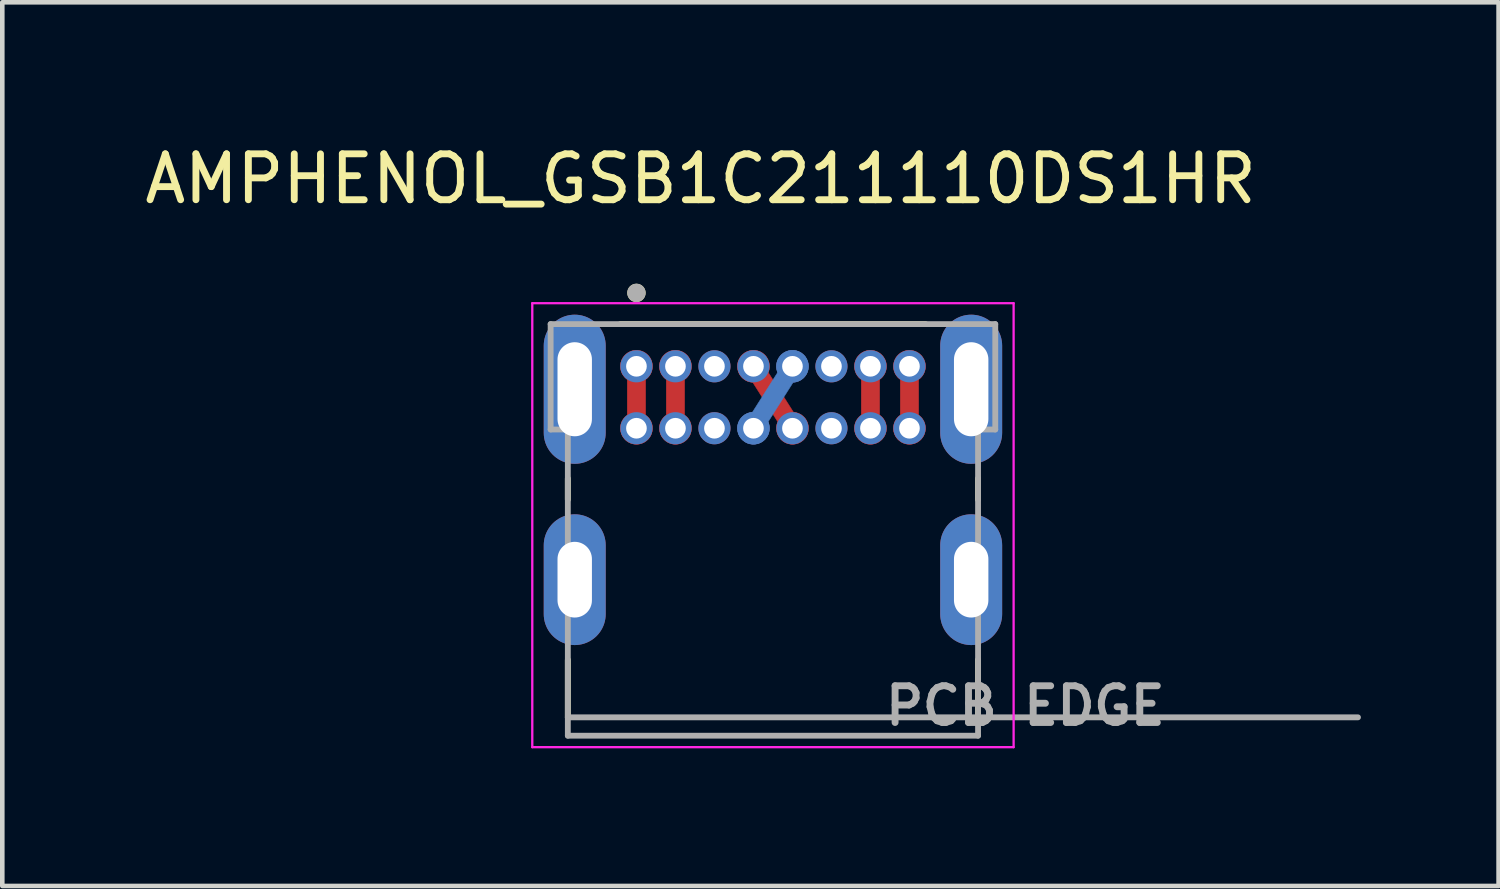
<source format=kicad_pcb>
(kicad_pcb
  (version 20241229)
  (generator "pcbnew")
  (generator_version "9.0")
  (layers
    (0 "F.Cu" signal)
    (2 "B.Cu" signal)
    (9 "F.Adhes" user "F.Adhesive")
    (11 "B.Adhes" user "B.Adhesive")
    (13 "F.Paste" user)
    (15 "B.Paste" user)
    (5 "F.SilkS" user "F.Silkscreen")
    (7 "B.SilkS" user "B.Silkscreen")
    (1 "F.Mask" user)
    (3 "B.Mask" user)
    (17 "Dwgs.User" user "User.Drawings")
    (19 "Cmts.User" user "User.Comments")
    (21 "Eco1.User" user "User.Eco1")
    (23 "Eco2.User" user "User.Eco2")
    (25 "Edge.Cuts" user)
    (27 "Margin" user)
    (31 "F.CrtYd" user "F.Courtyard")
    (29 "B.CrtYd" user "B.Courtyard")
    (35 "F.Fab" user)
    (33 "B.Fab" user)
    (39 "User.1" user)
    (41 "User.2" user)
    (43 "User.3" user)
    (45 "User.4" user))
  (footprint "AMPHENOL_GSB1C211110DS1HR"
    (layer "F.Cu")
    (at 13.795 8.983)
    (property "Reference" "AMPHENOL_GSB1C211110DS1HR" (at -1.575 -8.135 0) (layer "F.SilkS") (effects (font (size 1 1) (thickness 0.15))))
    (attr through_hole)
    (fp_poly (pts (xy -3.175 -3.763) (xy -3.175 -2.987) (xy -3.221 -2.949) (xy -3.259 -2.904) (xy -3.29 -2.853) (xy -3.311 -2.798) (xy -3.323 -2.741) (xy -3.325 -2.682) (xy -3.316 -2.623) (xy -3.299 -2.567) (xy -3.272 -2.515) (xy -3.236 -2.467) (xy -3.194 -2.427) (xy -3.145 -2.394) (xy -3.091 -2.37) (xy -3.034 -2.355) (xy -2.975 -2.35) (xy -2.916 -2.355) (xy -2.859 -2.37) (xy -2.805 -2.394) (xy -2.756 -2.427) (xy -2.714 -2.467) (xy -2.678 -2.515) (xy -2.651 -2.567) (xy -2.634 -2.623) (xy -2.625 -2.682) (xy -2.627 -2.741) (xy -2.639 -2.798) (xy -2.66 -2.853) (xy -2.691 -2.904) (xy -2.729 -2.949) (xy -2.775 -2.987) (xy -2.775 -3.763) (xy -2.729 -3.801) (xy -2.691 -3.846) (xy -2.66 -3.897) (xy -2.639 -3.952) (xy -2.627 -4.009) (xy -2.625 -4.068) (xy -2.634 -4.127) (xy -2.651 -4.183) (xy -2.678 -4.235) (xy -2.714 -4.283) (xy -2.756 -4.323) (xy -2.805 -4.356) (xy -2.859 -4.38) (xy -2.916 -4.395) (xy -2.975 -4.4) (xy -3.034 -4.395) (xy -3.091 -4.38) (xy -3.145 -4.356) (xy -3.194 -4.323) (xy -3.236 -4.283) (xy -3.272 -4.235) (xy -3.299 -4.183) (xy -3.316 -4.127) (xy -3.325 -4.068) (xy -3.323 -4.009) (xy -3.311 -3.952) (xy -3.29 -3.897) (xy -3.259 -3.846) (xy -3.221 -3.801) (xy -3.175 -3.763) (xy -3.175 -3.763)) (stroke (width 0.01) (type solid)) (fill yes) (layer "F.Cu"))
    (fp_poly (pts (xy -1.925 -2.987) (xy -1.879 -2.949) (xy -1.841 -2.904) (xy -1.81 -2.853) (xy -1.789 -2.798) (xy -1.777 -2.741) (xy -1.775 -2.682) (xy -1.784 -2.623) (xy -1.801 -2.567) (xy -1.828 -2.515) (xy -1.864 -2.467) (xy -1.906 -2.427) (xy -1.955 -2.394) (xy -2.009 -2.37) (xy -2.066 -2.355) (xy -2.125 -2.35) (xy -2.184 -2.355) (xy -2.241 -2.37) (xy -2.295 -2.394) (xy -2.344 -2.427) (xy -2.386 -2.467) (xy -2.422 -2.515) (xy -2.449 -2.567) (xy -2.466 -2.623) (xy -2.475 -2.682) (xy -2.473 -2.741) (xy -2.461 -2.798) (xy -2.44 -2.853) (xy -2.409 -2.904) (xy -2.371 -2.949) (xy -2.325 -2.987) (xy -2.325 -3.763) (xy -2.371 -3.801) (xy -2.409 -3.846) (xy -2.44 -3.897) (xy -2.461 -3.952) (xy -2.473 -4.009) (xy -2.475 -4.068) (xy -2.466 -4.127) (xy -2.449 -4.183) (xy -2.422 -4.235) (xy -2.386 -4.283) (xy -2.344 -4.323) (xy -2.295 -4.356) (xy -2.241 -4.38) (xy -2.184 -4.395) (xy -2.125 -4.4) (xy -2.066 -4.395) (xy -2.009 -4.38) (xy -1.955 -4.356) (xy -1.906 -4.323) (xy -1.864 -4.283) (xy -1.828 -4.235) (xy -1.801 -4.183) (xy -1.784 -4.127) (xy -1.775 -4.068) (xy -1.777 -4.009) (xy -1.789 -3.952) (xy -1.81 -3.897) (xy -1.841 -3.846) (xy -1.879 -3.801) (xy -1.925 -3.763) (xy -1.925 -2.987) (xy -1.925 -2.987)) (stroke (width 0.01) (type solid)) (fill yes) (layer "F.Cu"))
    (fp_poly (pts (xy 0.105 -2.841) (xy -0.44 -3.7) (xy -0.496 -3.707) (xy -0.553 -3.724) (xy -0.606 -3.75) (xy -0.654 -3.785) (xy -0.695 -3.827) (xy -0.729 -3.876) (xy -0.754 -3.929) (xy -0.77 -3.987) (xy -0.775 -4.046) (xy -0.771 -4.105) (xy -0.757 -4.162) (xy -0.733 -4.216) (xy -0.701 -4.266) (xy -0.66 -4.309) (xy -0.613 -4.345) (xy -0.561 -4.373) (xy -0.505 -4.391) (xy -0.446 -4.399) (xy -0.387 -4.398) (xy -0.329 -4.386) (xy -0.273 -4.365) (xy -0.222 -4.335) (xy -0.177 -4.297) (xy -0.139 -4.252) (xy -0.109 -4.201) (xy -0.088 -4.145) (xy -0.077 -4.087) (xy -0.076 -4.028) (xy -0.084 -3.969) (xy -0.102 -3.915) (xy 0.447 -3.05) (xy 0.502 -3.042) (xy 0.559 -3.024) (xy 0.612 -2.997) (xy 0.659 -2.961) (xy 0.7 -2.918) (xy 0.732 -2.869) (xy 0.756 -2.815) (xy 0.771 -2.758) (xy 0.776 -2.699) (xy 0.77 -2.64) (xy 0.755 -2.582) (xy 0.731 -2.528) (xy 0.697 -2.479) (xy 0.656 -2.437) (xy 0.608 -2.402) (xy 0.556 -2.375) (xy 0.499 -2.358) (xy 0.44 -2.35) (xy 0.381 -2.353) (xy 0.323 -2.365) (xy 0.268 -2.387) (xy 0.218 -2.418) (xy 0.173 -2.457) (xy 0.136 -2.503) (xy 0.107 -2.555) (xy 0.087 -2.611) (xy 0.077 -2.669) (xy 0.076 -2.728) (xy 0.086 -2.787) (xy 0.105 -2.841) (xy 0.105 -2.841)) (stroke (width 0.01) (type solid)) (fill yes) (layer "F.Cu"))
    (fp_poly (pts (xy 2.325 -2.987) (xy 2.371 -2.949) (xy 2.409 -2.904) (xy 2.44 -2.853) (xy 2.461 -2.798) (xy 2.473 -2.741) (xy 2.475 -2.682) (xy 2.466 -2.623) (xy 2.449 -2.567) (xy 2.422 -2.515) (xy 2.386 -2.467) (xy 2.344 -2.427) (xy 2.295 -2.394) (xy 2.241 -2.37) (xy 2.184 -2.355) (xy 2.125 -2.35) (xy 2.066 -2.355) (xy 2.009 -2.37) (xy 1.955 -2.394) (xy 1.906 -2.427) (xy 1.864 -2.467) (xy 1.828 -2.515) (xy 1.801 -2.567) (xy 1.784 -2.623) (xy 1.775 -2.682) (xy 1.777 -2.741) (xy 1.789 -2.798) (xy 1.81 -2.853) (xy 1.841 -2.904) (xy 1.879 -2.949) (xy 1.925 -2.987) (xy 1.925 -3.763) (xy 1.879 -3.801) (xy 1.841 -3.846) (xy 1.81 -3.897) (xy 1.789 -3.952) (xy 1.777 -4.009) (xy 1.775 -4.068) (xy 1.784 -4.127) (xy 1.801 -4.183) (xy 1.828 -4.235) (xy 1.864 -4.283) (xy 1.906 -4.323) (xy 1.955 -4.356) (xy 2.009 -4.38) (xy 2.066 -4.395) (xy 2.125 -4.4) (xy 2.184 -4.395) (xy 2.241 -4.38) (xy 2.295 -4.356) (xy 2.344 -4.323) (xy 2.386 -4.283) (xy 2.422 -4.235) (xy 2.449 -4.183) (xy 2.466 -4.127) (xy 2.475 -4.068) (xy 2.473 -4.009) (xy 2.461 -3.952) (xy 2.44 -3.897) (xy 2.409 -3.846) (xy 2.371 -3.801) (xy 2.325 -3.763) (xy 2.325 -2.987) (xy 2.325 -2.987)) (stroke (width 0.01) (type solid)) (fill yes) (layer "F.Cu"))
    (fp_poly (pts (xy 3.175 -2.987) (xy 3.221 -2.949) (xy 3.259 -2.904) (xy 3.29 -2.853) (xy 3.311 -2.798) (xy 3.323 -2.741) (xy 3.325 -2.682) (xy 3.316 -2.623) (xy 3.299 -2.567) (xy 3.272 -2.515) (xy 3.236 -2.467) (xy 3.194 -2.427) (xy 3.145 -2.394) (xy 3.091 -2.37) (xy 3.034 -2.355) (xy 2.975 -2.35) (xy 2.916 -2.355) (xy 2.859 -2.37) (xy 2.805 -2.394) (xy 2.756 -2.427) (xy 2.714 -2.467) (xy 2.678 -2.515) (xy 2.651 -2.567) (xy 2.634 -2.623) (xy 2.625 -2.682) (xy 2.627 -2.741) (xy 2.639 -2.798) (xy 2.66 -2.853) (xy 2.691 -2.904) (xy 2.729 -2.949) (xy 2.775 -2.987) (xy 2.775 -3.763) (xy 2.729 -3.801) (xy 2.691 -3.846) (xy 2.66 -3.897) (xy 2.639 -3.952) (xy 2.627 -4.009) (xy 2.625 -4.068) (xy 2.634 -4.127) (xy 2.651 -4.183) (xy 2.678 -4.235) (xy 2.714 -4.283) (xy 2.756 -4.323) (xy 2.805 -4.356) (xy 2.859 -4.38) (xy 2.916 -4.395) (xy 2.975 -4.4) (xy 3.034 -4.395) (xy 3.091 -4.38) (xy 3.145 -4.356) (xy 3.194 -4.323) (xy 3.236 -4.283) (xy 3.272 -4.235) (xy 3.299 -4.183) (xy 3.316 -4.127) (xy 3.325 -4.068) (xy 3.323 -4.009) (xy 3.311 -3.952) (xy 3.29 -3.897) (xy 3.259 -3.846) (xy 3.221 -3.801) (xy 3.175 -3.763) (xy 3.175 -2.987) (xy 3.175 -2.987)) (stroke (width 0.01) (type solid)) (fill yes) (layer "F.Cu"))
    (fp_circle (center -2.975 -4.05) (end -2.775 -4.05) (stroke (width 0.4) (type solid)) (fill no) (layer "F.Mask"))
    (fp_circle (center -2.975 -2.7) (end -2.775 -2.7) (stroke (width 0.4) (type solid)) (fill no) (layer "F.Mask"))
    (fp_circle (center -2.125 -4.05) (end -1.925 -4.05) (stroke (width 0.4) (type solid)) (fill no) (layer "F.Mask"))
    (fp_circle (center -2.125 -2.7) (end -1.925 -2.7) (stroke (width 0.4) (type solid)) (fill no) (layer "F.Mask"))
    (fp_circle (center -1.275 -4.05) (end -1.075 -4.05) (stroke (width 0.4) (type solid)) (fill no) (layer "F.Mask"))
    (fp_circle (center -1.275 -2.7) (end -1.075 -2.7) (stroke (width 0.4) (type solid)) (fill no) (layer "F.Mask"))
    (fp_circle (center -0.425 -4.05) (end -0.225 -4.05) (stroke (width 0.4) (type solid)) (fill no) (layer "F.Mask"))
    (fp_circle (center -0.425 -2.7) (end -0.225 -2.7) (stroke (width 0.4) (type solid)) (fill no) (layer "F.Mask"))
    (fp_circle (center 0.425 -4.05) (end 0.625 -4.05) (stroke (width 0.4) (type solid)) (fill no) (layer "F.Mask"))
    (fp_circle (center 0.425 -2.7) (end 0.625 -2.7) (stroke (width 0.4) (type solid)) (fill no) (layer "F.Mask"))
    (fp_circle (center 1.275 -4.05) (end 1.475 -4.05) (stroke (width 0.4) (type solid)) (fill no) (layer "F.Mask"))
    (fp_circle (center 1.275 -2.7) (end 1.475 -2.7) (stroke (width 0.4) (type solid)) (fill no) (layer "F.Mask"))
    (fp_circle (center 2.125 -4.05) (end 2.325 -4.05) (stroke (width 0.4) (type solid)) (fill no) (layer "F.Mask"))
    (fp_circle (center 2.125 -2.7) (end 2.325 -2.7) (stroke (width 0.4) (type solid)) (fill no) (layer "F.Mask"))
    (fp_circle (center 2.975 -4.05) (end 3.175 -4.05) (stroke (width 0.4) (type solid)) (fill no) (layer "F.Mask"))
    (fp_circle (center 2.975 -2.7) (end 3.175 -2.7) (stroke (width 0.4) (type solid)) (fill no) (layer "F.Mask"))
    (fp_poly (pts (xy -0.105 -2.841) (xy 0.44 -3.7) (xy 0.496 -3.707) (xy 0.553 -3.724) (xy 0.606 -3.75) (xy 0.654 -3.785) (xy 0.695 -3.827) (xy 0.729 -3.876) (xy 0.754 -3.929) (xy 0.77 -3.987) (xy 0.775 -4.046) (xy 0.771 -4.105) (xy 0.757 -4.162) (xy 0.733 -4.216) (xy 0.701 -4.266) (xy 0.66 -4.309) (xy 0.613 -4.345) (xy 0.561 -4.373) (xy 0.505 -4.391) (xy 0.446 -4.399) (xy 0.387 -4.398) (xy 0.329 -4.386) (xy 0.273 -4.365) (xy 0.222 -4.335) (xy 0.177 -4.297) (xy 0.139 -4.252) (xy 0.109 -4.201) (xy 0.088 -4.145) (xy 0.077 -4.087) (xy 0.076 -4.028) (xy 0.084 -3.969) (xy 0.102 -3.915) (xy -0.447 -3.05) (xy -0.502 -3.042) (xy -0.559 -3.024) (xy -0.612 -2.997) (xy -0.659 -2.961) (xy -0.7 -2.918) (xy -0.732 -2.869) (xy -0.756 -2.815) (xy -0.771 -2.758) (xy -0.776 -2.699) (xy -0.77 -2.64) (xy -0.755 -2.582) (xy -0.731 -2.528) (xy -0.697 -2.479) (xy -0.656 -2.437) (xy -0.608 -2.402) (xy -0.556 -2.375) (xy -0.499 -2.358) (xy -0.44 -2.35) (xy -0.381 -2.353) (xy -0.323 -2.365) (xy -0.268 -2.387) (xy -0.218 -2.418) (xy -0.173 -2.457) (xy -0.136 -2.503) (xy -0.107 -2.555) (xy -0.087 -2.611) (xy -0.077 -2.669) (xy -0.076 -2.728) (xy -0.086 -2.787) (xy -0.105 -2.841) (xy -0.105 -2.841)) (stroke (width 0.01) (type solid)) (fill yes) (layer "B.Cu"))
    (fp_circle (center -2.975 -4.05) (end -2.775 -4.05) (stroke (width 0.4) (type solid)) (fill no) (layer "B.Mask"))
    (fp_circle (center -2.975 -2.7) (end -2.775 -2.7) (stroke (width 0.4) (type solid)) (fill no) (layer "B.Mask"))
    (fp_circle (center -2.125 -4.05) (end -1.925 -4.05) (stroke (width 0.4) (type solid)) (fill no) (layer "B.Mask"))
    (fp_circle (center -2.125 -2.7) (end -1.925 -2.7) (stroke (width 0.4) (type solid)) (fill no) (layer "B.Mask"))
    (fp_circle (center -1.275 -4.05) (end -1.075 -4.05) (stroke (width 0.4) (type solid)) (fill no) (layer "B.Mask"))
    (fp_circle (center -1.275 -2.7) (end -1.075 -2.7) (stroke (width 0.4) (type solid)) (fill no) (layer "B.Mask"))
    (fp_circle (center -0.425 -4.05) (end -0.225 -4.05) (stroke (width 0.4) (type solid)) (fill no) (layer "B.Mask"))
    (fp_circle (center -0.425 -2.7) (end -0.225 -2.7) (stroke (width 0.4) (type solid)) (fill no) (layer "B.Mask"))
    (fp_circle (center 0.425 -4.05) (end 0.625 -4.05) (stroke (width 0.4) (type solid)) (fill no) (layer "B.Mask"))
    (fp_circle (center 0.425 -2.7) (end 0.625 -2.7) (stroke (width 0.4) (type solid)) (fill no) (layer "B.Mask"))
    (fp_circle (center 1.275 -4.05) (end 1.475 -4.05) (stroke (width 0.4) (type solid)) (fill no) (layer "B.Mask"))
    (fp_circle (center 1.275 -2.7) (end 1.475 -2.7) (stroke (width 0.4) (type solid)) (fill no) (layer "B.Mask"))
    (fp_circle (center 2.125 -4.05) (end 2.325 -4.05) (stroke (width 0.4) (type solid)) (fill no) (layer "B.Mask"))
    (fp_circle (center 2.125 -2.7) (end 2.325 -2.7) (stroke (width 0.4) (type solid)) (fill no) (layer "B.Mask"))
    (fp_circle (center 2.975 -4.05) (end 3.175 -4.05) (stroke (width 0.4) (type solid)) (fill no) (layer "B.Mask"))
    (fp_circle (center 2.975 -2.7) (end 3.175 -2.7) (stroke (width 0.4) (type solid)) (fill no) (layer "B.Mask"))
    (fp_line (start -4.47 -1.145) (end -4.47 -1.605) (stroke (width 0.127) (type solid)) (layer "F.SilkS"))
    (fp_line (start -4.47 3.6) (end -4.47 2.345) (stroke (width 0.127) (type solid)) (layer "F.SilkS"))
    (fp_line (start -3.325 -4.97) (end 3.325 -4.97) (stroke (width 0.127) (type solid)) (layer "F.SilkS"))
    (fp_line (start 4.47 -1.145) (end 4.47 -1.605) (stroke (width 0.127) (type solid)) (layer "F.SilkS"))
    (fp_line (start 4.47 3.6) (end 4.47 2.345) (stroke (width 0.127) (type solid)) (layer "F.SilkS"))
    (fp_circle (center -2.975 -5.65) (end -2.875 -5.65) (stroke (width 0.2) (type solid)) (fill no) (layer "F.SilkS"))
    (fp_line (start -5.245 -5.425) (end 5.245 -5.425) (stroke (width 0.05) (type solid)) (layer "F.CrtYd"))
    (fp_line (start -5.245 4.25) (end -5.245 -5.425) (stroke (width 0.05) (type solid)) (layer "F.CrtYd"))
    (fp_line (start 5.245 -5.425) (end 5.245 4.25) (stroke (width 0.05) (type solid)) (layer "F.CrtYd"))
    (fp_line (start 5.245 4.25) (end -5.245 4.25) (stroke (width 0.05) (type solid)) (layer "F.CrtYd"))
    (fp_line (start -4.845 -4.97) (end -4.845 -2.673) (stroke (width 0.127) (type solid)) (layer "F.Fab"))
    (fp_line (start -4.845 -4.97) (end 4.845 -4.97) (stroke (width 0.127) (type solid)) (layer "F.Fab"))
    (fp_line (start -4.845 -2.673) (end -4.47 -2.673) (stroke (width 0.127) (type solid)) (layer "F.Fab"))
    (fp_line (start -4.47 3.6) (end -4.47 -2.673) (stroke (width 0.127) (type solid)) (layer "F.Fab"))
    (fp_line (start -4.47 3.6) (end 12.75 3.6) (stroke (width 0.127) (type solid)) (layer "F.Fab"))
    (fp_line (start -4.47 4) (end -4.47 3.6) (stroke (width 0.127) (type solid)) (layer "F.Fab"))
    (fp_line (start -4.47 4) (end 4.47 4) (stroke (width 0.127) (type solid)) (layer "F.Fab"))
    (fp_line (start 4.47 4) (end 4.47 -2.673) (stroke (width 0.127) (type solid)) (layer "F.Fab"))
    (fp_line (start 4.845 -4.97) (end 4.845 -2.673) (stroke (width 0.127) (type solid)) (layer "F.Fab"))
    (fp_line (start 4.845 -2.673) (end 4.47 -2.673) (stroke (width 0.127) (type solid)) (layer "F.Fab"))
    (fp_circle (center -2.975 -5.65) (end -2.875 -5.65) (stroke (width 0.2) (type solid)) (fill no) (layer "F.Fab"))
    (fp_text user "PCB EDGE" (at 5.5 3.35 0) (layer "F.Fab") (effects (font (size 0.8 0.8) (thickness 0.15))))
    (pad "A1" thru_hole circle (at -2.975 -4.05) (size 0.7 0.7) (drill 0.45) (layers "*.Cu"))
    (pad "A4" thru_hole circle (at -2.125 -4.05) (size 0.7 0.7) (drill 0.45) (layers "*.Cu"))
    (pad "A5" thru_hole circle (at -1.275 -4.05) (size 0.7 0.7) (drill 0.45) (layers "*.Cu"))
    (pad "A6" thru_hole circle (at -0.425 -4.05) (size 0.7 0.7) (drill 0.45) (layers "*.Cu"))
    (pad "A7" thru_hole circle (at 0.425 -4.05) (size 0.7 0.7) (drill 0.45) (layers "*.Cu"))
    (pad "A8" thru_hole circle (at 1.275 -4.05) (size 0.7 0.7) (drill 0.45) (layers "*.Cu"))
    (pad "A9" thru_hole circle (at 2.125 -4.05) (size 0.7 0.7) (drill 0.45) (layers "*.Cu"))
    (pad "A12" thru_hole circle (at 2.975 -4.05) (size 0.7 0.7) (drill 0.45) (layers "*.Cu"))
    (pad "B1" thru_hole circle (at 2.975 -2.7) (size 0.7 0.7) (drill 0.45) (layers "*.Cu"))
    (pad "B4" thru_hole circle (at 2.125 -2.7) (size 0.7 0.7) (drill 0.45) (layers "*.Cu"))
    (pad "B5" thru_hole circle (at 1.275 -2.7) (size 0.7 0.7) (drill 0.45) (layers "*.Cu"))
    (pad "B6" thru_hole circle (at 0.425 -2.7) (size 0.7 0.7) (drill 0.45) (layers "*.Cu"))
    (pad "B7" thru_hole circle (at -0.425 -2.7) (size 0.7 0.7) (drill 0.45) (layers "*.Cu"))
    (pad "B8" thru_hole circle (at -1.275 -2.7) (size 0.7 0.7) (drill 0.45) (layers "*.Cu"))
    (pad "B9" thru_hole circle (at -2.125 -2.7) (size 0.7 0.7) (drill 0.45) (layers "*.Cu"))
    (pad "B12" thru_hole circle (at -2.975 -2.7) (size 0.7 0.7) (drill 0.45) (layers "*.Cu"))
    (pad "SH1" thru_hole oval (at -4.32 -3.55) (size 1.35 3.25) (drill oval 0.75 2.05) (layers "*.Cu" "*.Mask"))
    (pad "SH2" thru_hole oval (at 4.32 -3.55) (size 1.35 3.25) (drill oval 0.75 2.05) (layers "*.Cu" "*.Mask"))
    (pad "SH3" thru_hole oval (at -4.32 0.6) (size 1.35 2.85) (drill oval 0.75 1.65) (layers "*.Cu" "*.Mask"))
    (pad "SH4" thru_hole oval (at 4.32 0.6) (size 1.35 2.85) (drill oval 0.75 1.65) (layers "*.Cu" "*.Mask")))
  (gr_rect
    (start -3 -3)
    (end 29.609 16.258)
    (stroke (width 0.1) (type default))
    (fill no)
    (layer "Edge.Cuts")))
</source>
